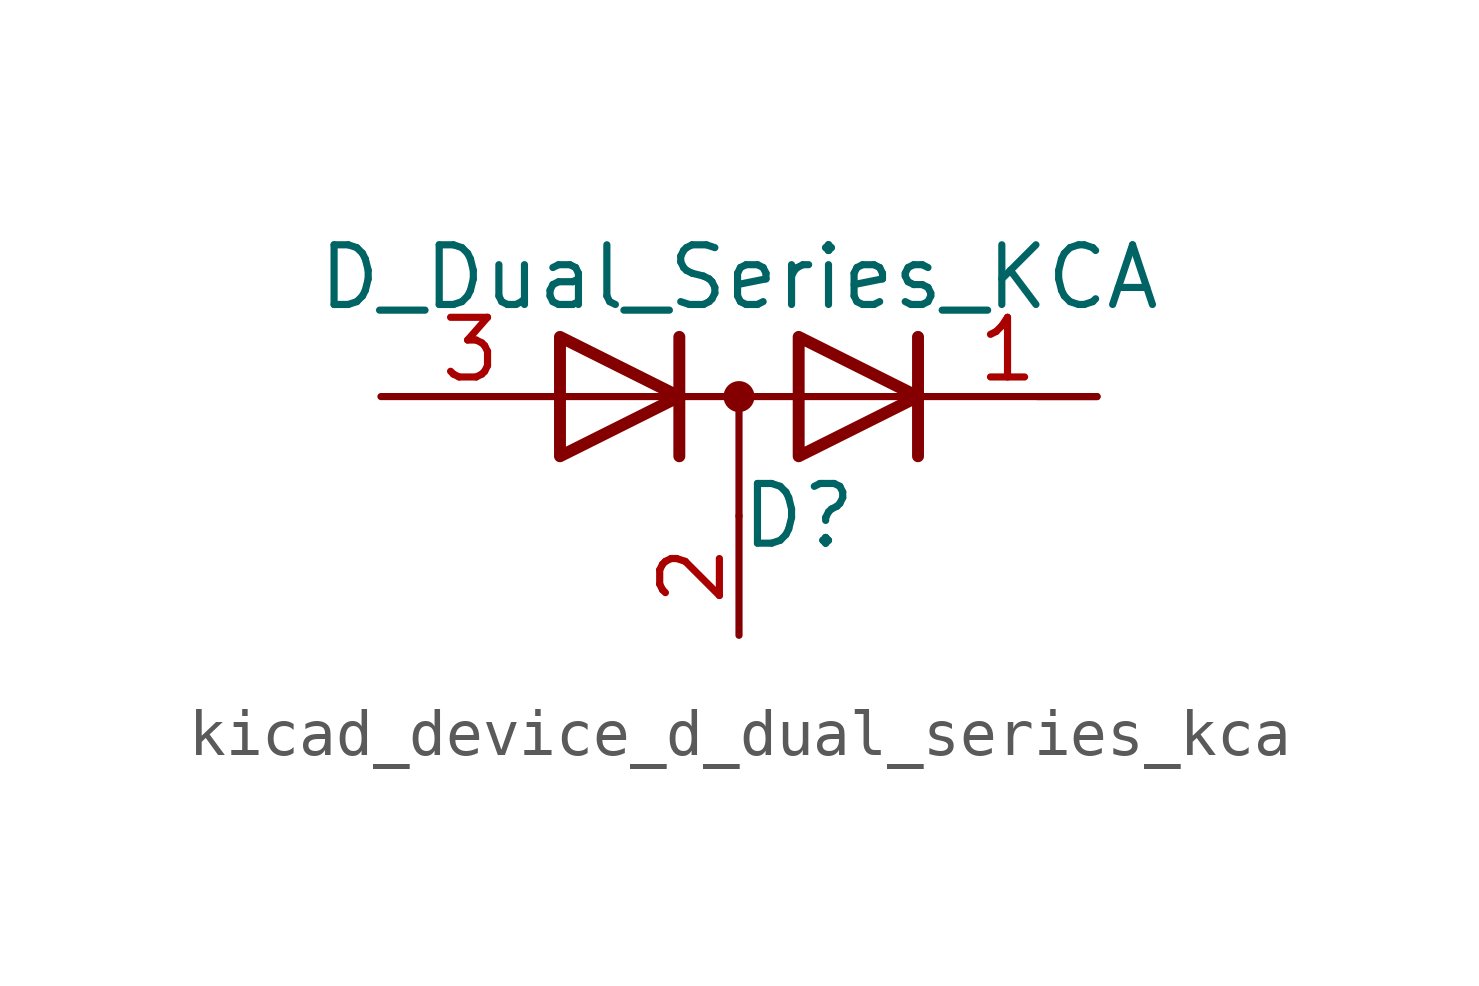
<source format=kicad_sym>
(kicad_symbol_lib
  (version 20220914)
  (generator kicad_symbol_editor)
  (symbol "kicad_device_d_dual_series_kca"
    (pin_names
      (offset 0.762) hide)
    (property "Reference" "D"
      (at 1.27 -2.54 0)
      (effects (font (size 1.27 1.27))))
    (property "Value" "D_Dual_Series_KCA"
      (at 0 2.54 0)
      (effects (font (size 1.27 1.27))))
    (symbol "kicad_device_d_dual_series_kca_0_1"
      (polyline (pts (xy 0 0) (xy 0 -2.54)) (stroke (width 0) (type default)) (fill (type none)))
      (polyline (pts (xy 3.81 0) (xy -3.81 0)) (stroke (width 0) (type default)) (fill (type none)))
      (polyline (pts (xy 6.35 0) (xy 7.62 0)) (stroke (width 0) (type default)) (fill (type none)))
      (polyline (pts (xy -1.27 -1.27) (xy -1.27 1.27) (xy -1.27 1.27)) (stroke (width 0.254) (type default)) (fill (type none)))
      (polyline (pts (xy 3.81 1.27) (xy 3.81 -1.27) (xy 3.81 -1.27)) (stroke (width 0.254) (type default)) (fill (type none)))
      (polyline (pts (xy -3.81 1.27) (xy -1.27 0) (xy -3.81 -1.27) (xy -3.81 1.27) (xy -3.81 1.27) (xy -3.81 1.27)) (stroke (width 0.254) (type default)) (fill (type none)))
      (polyline (pts (xy 1.27 1.27) (xy 3.81 0) (xy 1.27 -1.27) (xy 1.27 1.27) (xy 1.27 1.27) (xy 1.27 1.27)) (stroke (width 0.254) (type default)) (fill (type none)))
      (circle (center 0 0) (radius 0.254) (stroke (width 0) (type default)) (fill (type outline)))
      (pin passive line (at 7.62 0 180) (length 3.81) (name "K" (effects (font (size 1.27 1.27)))) (number "1" (effects (font (size 1.27 1.27)))))
      (pin passive line (at 0 -5.08 90) (length 2.54) (name "common" (effects (font (size 1.27 1.27)))) (number "2" (effects (font (size 1.27 1.27)))))
      (pin passive line (at -7.62 0 0) (length 3.81) (name "A" (effects (font (size 1.27 1.27)))) (number "3" (effects (font (size 1.27 1.27))))))))
</source>
